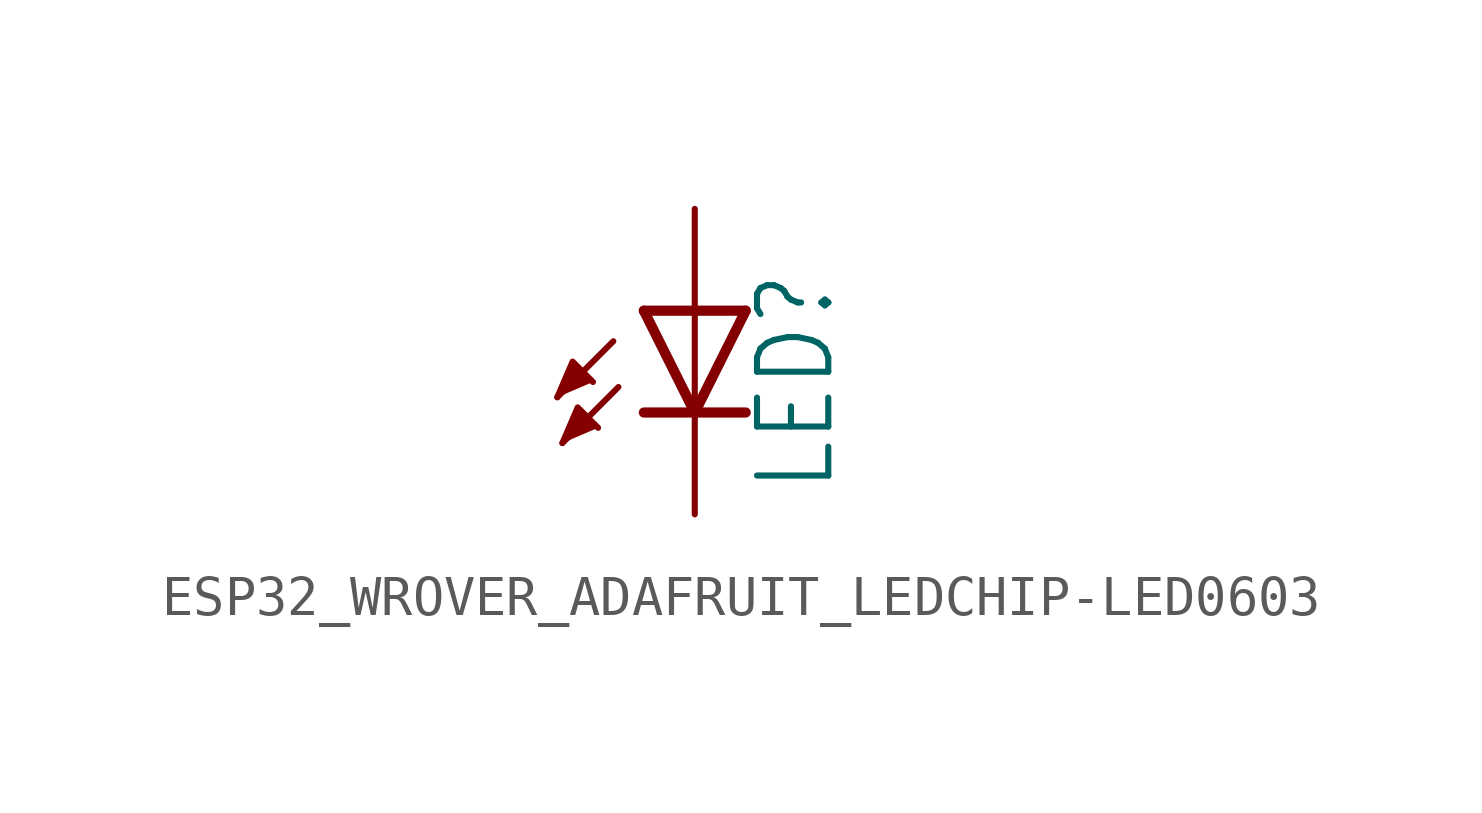
<source format=kicad_sym>
(kicad_symbol_lib
  (version 20220914)
  (generator kicad_symbol_editor)
  (symbol "ESP32_WROVER_ADAFRUIT_LEDCHIP-LED0603"
    (property "Reference" "LED"
      (at 3.556 -4.572 90)
      (effects (font (size 1.778 1.511)) (justify left bottom)))
    (property "Value" ""
      (at 5.715 -4.572 90)
      (effects (font (size 1.778 1.511)) (justify left bottom)))
    (property "ki_locked" ""
      (at 0 0 0)
      (effects (font (size 1.27 1.27))))
    (symbol "ESP32_WROVER_ADAFRUIT_LEDCHIP-LED0603_1_0"
      (polyline (pts (xy -2.032 -0.762) (xy -3.429 -2.159)) (stroke (width 0.152) (type solid)) (fill (type none)))
      (polyline (pts (xy -1.905 -1.905) (xy -3.302 -3.302)) (stroke (width 0.152) (type solid)) (fill (type none)))
      (polyline (pts (xy 0 -2.54) (xy -1.27 -2.54)) (stroke (width 0.254) (type solid)) (fill (type none)))
      (polyline (pts (xy 0 -2.54) (xy -1.27 0)) (stroke (width 0.254) (type solid)) (fill (type none)))
      (polyline (pts (xy 0 0) (xy -1.27 0)) (stroke (width 0.254) (type solid)) (fill (type none)))
      (polyline (pts (xy 0 0) (xy 0 -2.54)) (stroke (width 0.152) (type solid)) (fill (type none)))
      (polyline (pts (xy 1.27 -2.54) (xy 0 -2.54)) (stroke (width 0.254) (type solid)) (fill (type none)))
      (polyline (pts (xy 1.27 0) (xy 0 -2.54)) (stroke (width 0.254) (type solid)) (fill (type none)))
      (polyline (pts (xy 1.27 0) (xy 0 0)) (stroke (width 0.254) (type solid)) (fill (type none)))
      (polyline (pts (xy -3.429 -2.159) (xy -3.048 -1.27) (xy -2.54 -1.778)) (stroke (width 0.152) (type solid)) (fill (type outline)))
      (polyline (pts (xy -3.302 -3.302) (xy -2.921 -2.413) (xy -2.413 -2.921)) (stroke (width 0.152) (type solid)) (fill (type outline)))
      (pin passive line (at 0 2.54 270) (length 2.54) (name "A" (effects (font (size 0 0)))) (number "A" (effects (font (size 0 0)))))
      (pin passive line (at 0 -5.08 90) (length 2.54) (name "C" (effects (font (size 0 0)))) (number "C" (effects (font (size 0 0))))))))
</source>
